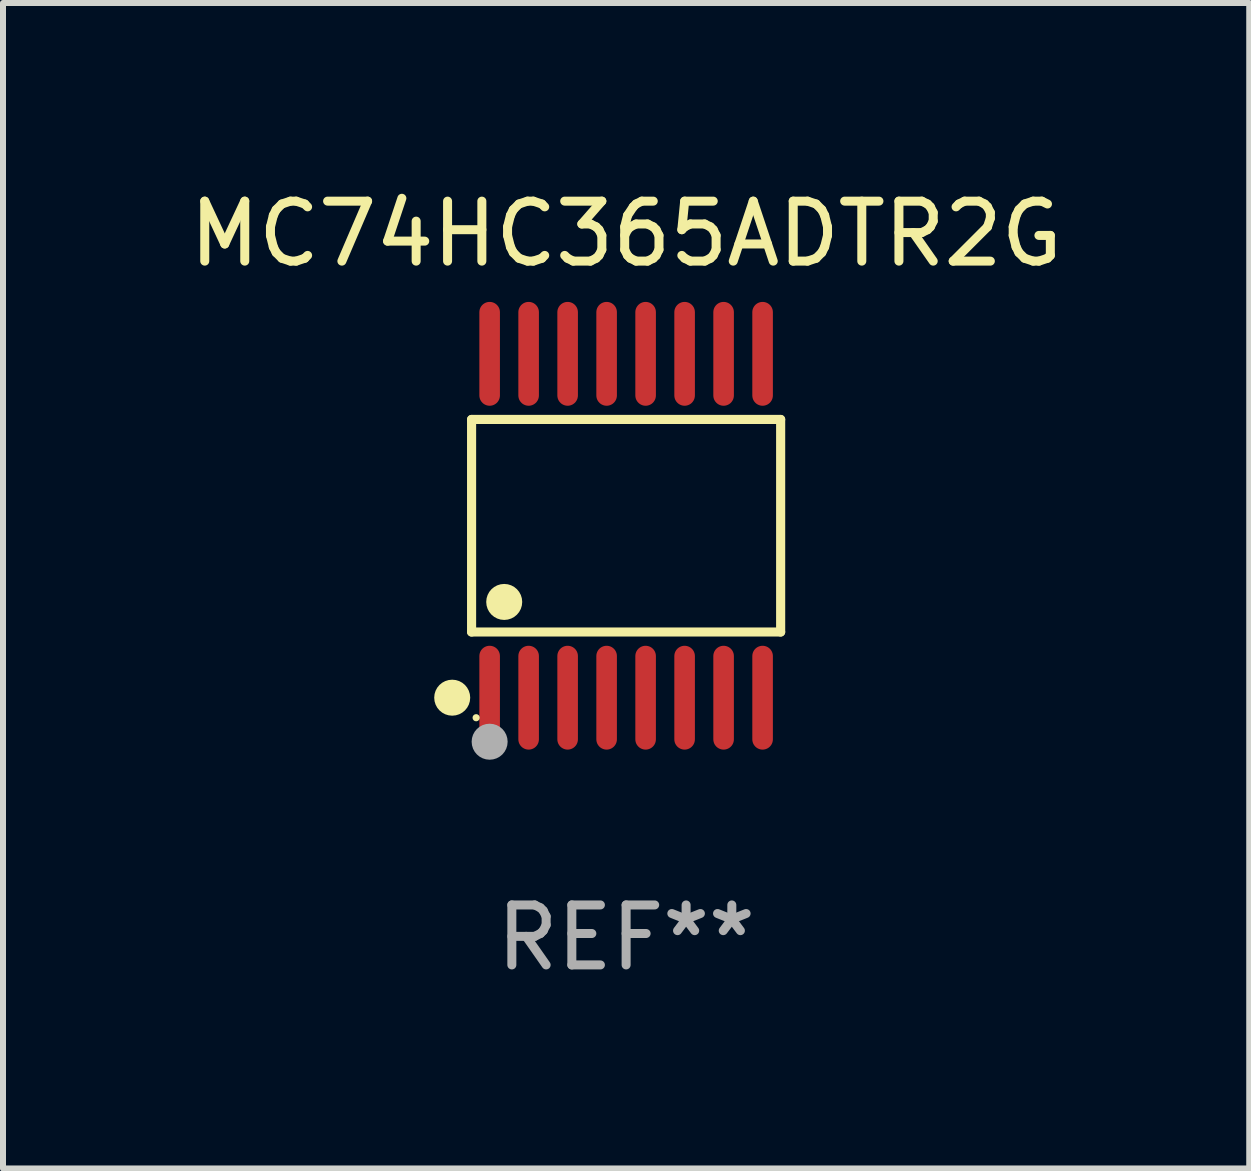
<source format=kicad_pcb>
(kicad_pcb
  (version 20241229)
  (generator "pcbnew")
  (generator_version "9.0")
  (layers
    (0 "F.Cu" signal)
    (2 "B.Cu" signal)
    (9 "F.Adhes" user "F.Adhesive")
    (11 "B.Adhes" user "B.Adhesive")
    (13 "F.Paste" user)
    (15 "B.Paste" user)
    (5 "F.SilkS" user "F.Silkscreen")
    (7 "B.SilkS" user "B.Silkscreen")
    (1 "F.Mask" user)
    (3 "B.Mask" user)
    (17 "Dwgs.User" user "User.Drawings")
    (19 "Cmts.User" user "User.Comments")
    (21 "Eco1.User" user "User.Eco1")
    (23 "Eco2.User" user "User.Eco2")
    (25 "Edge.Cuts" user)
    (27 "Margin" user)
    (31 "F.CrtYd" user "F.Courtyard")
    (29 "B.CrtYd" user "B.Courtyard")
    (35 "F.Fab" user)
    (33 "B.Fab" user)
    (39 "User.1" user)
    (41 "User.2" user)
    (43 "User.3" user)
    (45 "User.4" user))
  (footprint "MC74HC365ADTR2G"
    (layer "F.Cu")
    (at 7.387 5.714)
    (property "Reference" "MC74HC365ADTR2G" (at 0 -4.866 0) (layer "F.SilkS") (effects (font (size 1 1) (thickness 0.15))))
    (attr through_hole)
    (fp_line (start -2.576 -1.772) (end 2.576 -1.772) (stroke (width 0.152) (type solid)) (layer "F.SilkS"))
    (fp_line (start -2.576 1.771) (end -2.576 -1.772) (stroke (width 0.152) (type solid)) (layer "F.SilkS"))
    (fp_line (start 2.576 -1.772) (end 2.576 1.771) (stroke (width 0.152) (type solid)) (layer "F.SilkS"))
    (fp_line (start 2.576 1.771) (end -2.576 1.771) (stroke (width 0.152) (type solid)) (layer "F.SilkS"))
    (fp_circle (center -2.899 2.866) (end -2.749 2.866) (stroke (width 0.3) (type solid)) (fill no) (layer "F.SilkS"))
    (fp_circle (center -2.5 3.2) (end -2.47 3.2) (stroke (width 0.06) (type solid)) (fill no) (layer "F.SilkS"))
    (fp_circle (center -2.032 1.27) (end -1.882 1.27) (stroke (width 0.3) (type solid)) (fill no) (layer "F.SilkS"))
    (fp_circle (center -2.275 3.6) (end -2.125 3.6) (stroke (width 0.3) (type solid)) (fill no) (layer "F.Fab"))
    (fp_text user "REF**" (at 0 6.866 0) (layer "F.Fab") (effects (font (size 1 1) (thickness 0.15))))
    (pad "1" smd oval (at -2.275 2.866) (size 0.343 1.731) (layers "F.Cu" "F.Mask" "F.Paste"))
    (pad "2" smd oval (at -1.625 2.866) (size 0.343 1.731) (layers "F.Cu" "F.Mask" "F.Paste"))
    (pad "3" smd oval (at -0.975 2.866) (size 0.343 1.731) (layers "F.Cu" "F.Mask" "F.Paste"))
    (pad "4" smd oval (at -0.325 2.866) (size 0.343 1.731) (layers "F.Cu" "F.Mask" "F.Paste"))
    (pad "5" smd oval (at 0.325 2.866) (size 0.343 1.731) (layers "F.Cu" "F.Mask" "F.Paste"))
    (pad "6" smd oval (at 0.975 2.866) (size 0.343 1.731) (layers "F.Cu" "F.Mask" "F.Paste"))
    (pad "7" smd oval (at 1.625 2.866) (size 0.343 1.731) (layers "F.Cu" "F.Mask" "F.Paste"))
    (pad "8" smd oval (at 2.275 2.866) (size 0.343 1.731) (layers "F.Cu" "F.Mask" "F.Paste"))
    (pad "9" smd oval (at 2.275 -2.866) (size 0.343 1.731) (layers "F.Cu" "F.Mask" "F.Paste"))
    (pad "10" smd oval (at 1.625 -2.866) (size 0.343 1.731) (layers "F.Cu" "F.Mask" "F.Paste"))
    (pad "11" smd oval (at 0.975 -2.866) (size 0.343 1.731) (layers "F.Cu" "F.Mask" "F.Paste"))
    (pad "12" smd oval (at 0.325 -2.866) (size 0.343 1.731) (layers "F.Cu" "F.Mask" "F.Paste"))
    (pad "13" smd oval (at -0.325 -2.866) (size 0.343 1.731) (layers "F.Cu" "F.Mask" "F.Paste"))
    (pad "14" smd oval (at -0.975 -2.866) (size 0.343 1.731) (layers "F.Cu" "F.Mask" "F.Paste"))
    (pad "15" smd oval (at -1.625 -2.866) (size 0.343 1.731) (layers "F.Cu" "F.Mask" "F.Paste"))
    (pad "16" smd oval (at -2.275 -2.866) (size 0.343 1.731) (layers "F.Cu" "F.Mask" "F.Paste")))
  (gr_rect
    (start -3 -3)
    (end 17.774 16.428)
    (stroke (width 0.1) (type default))
    (fill no)
    (layer "Edge.Cuts")))
</source>
